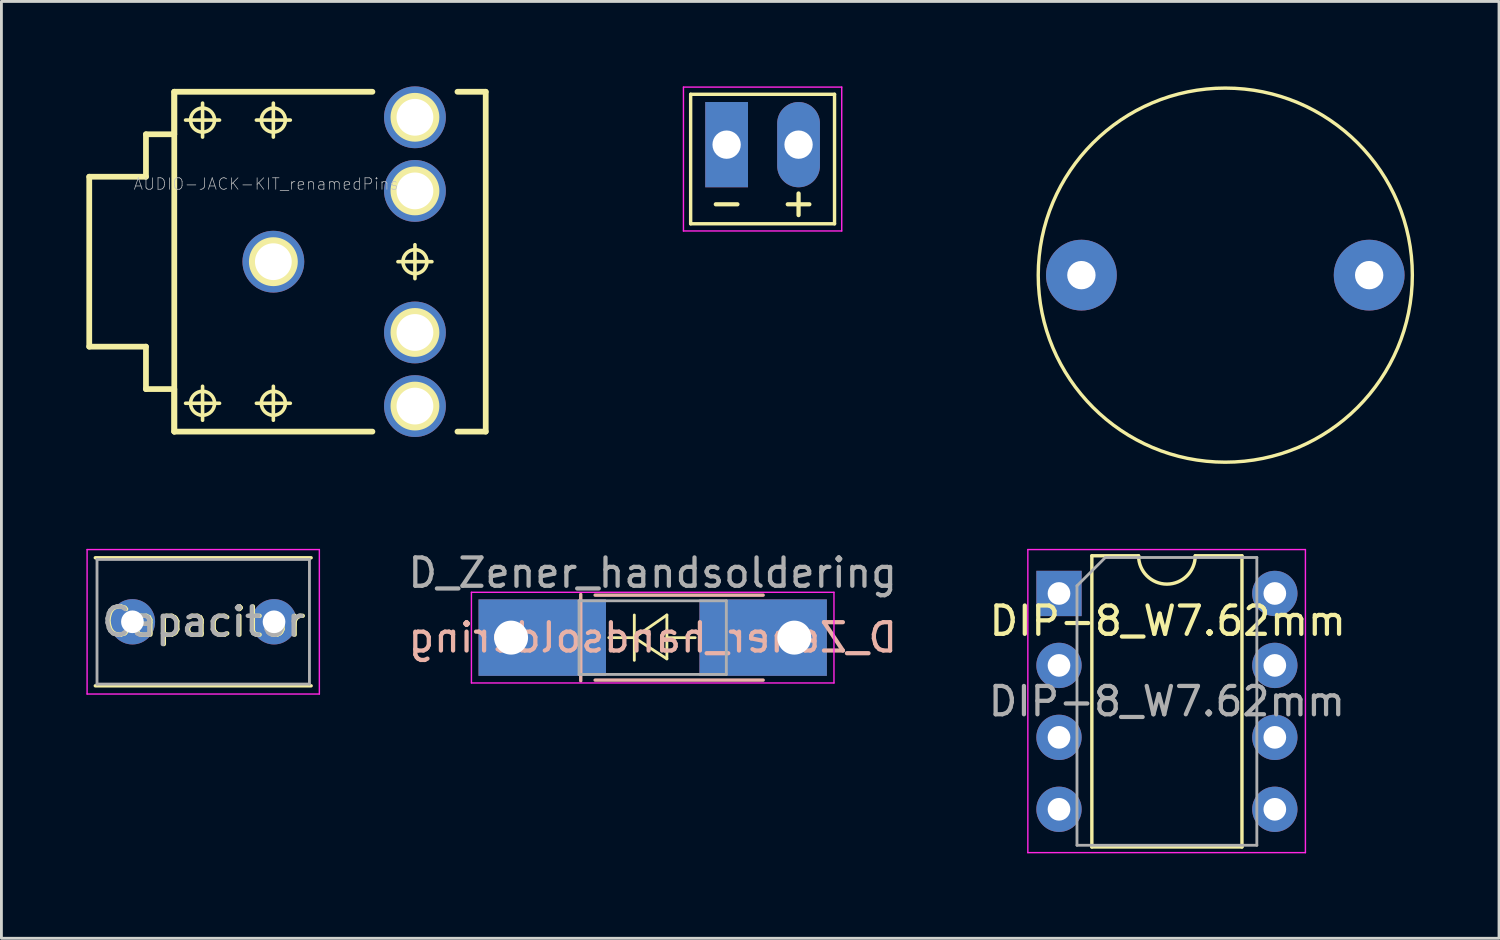
<source format=kicad_pcb>
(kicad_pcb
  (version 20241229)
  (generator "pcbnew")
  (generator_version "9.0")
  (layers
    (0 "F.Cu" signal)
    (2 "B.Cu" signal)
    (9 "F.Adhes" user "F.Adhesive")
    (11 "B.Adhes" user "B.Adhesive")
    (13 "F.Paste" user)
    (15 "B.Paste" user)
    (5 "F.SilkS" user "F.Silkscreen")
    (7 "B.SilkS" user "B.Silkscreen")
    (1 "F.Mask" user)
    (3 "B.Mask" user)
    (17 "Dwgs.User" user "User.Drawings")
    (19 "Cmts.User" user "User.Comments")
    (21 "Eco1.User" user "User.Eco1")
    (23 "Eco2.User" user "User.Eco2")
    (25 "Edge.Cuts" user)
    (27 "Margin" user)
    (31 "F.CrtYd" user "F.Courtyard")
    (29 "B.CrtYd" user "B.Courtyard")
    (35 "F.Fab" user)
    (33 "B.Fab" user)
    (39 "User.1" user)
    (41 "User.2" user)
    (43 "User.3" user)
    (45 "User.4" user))
  (footprint "Capacitor"
    (layer "F.Cu")
    (at 1.625 18.903)
    (property "Reference" "Capacitor" (at 2.54 0 0) (layer "F.SilkS") (effects (font (size 1 1) (thickness 0.15))))
    (attr through_hole)
    (fp_line (start -1.31 -2.26) (end 6.31 -2.26) (stroke (width 0.12) (type solid)) (layer "F.SilkS"))
    (fp_line (start -1.31 2.26) (end 6.31 2.26) (stroke (width 0.12) (type solid)) (layer "F.SilkS"))
    (fp_line (start -1.6 -2.55) (end -1.6 2.55) (stroke (width 0.05) (type solid)) (layer "F.CrtYd"))
    (fp_line (start -1.6 2.55) (end 6.6 2.55) (stroke (width 0.05) (type solid)) (layer "F.CrtYd"))
    (fp_line (start 6.6 -2.55) (end -1.6 -2.55) (stroke (width 0.05) (type solid)) (layer "F.CrtYd"))
    (fp_line (start 6.6 2.55) (end 6.6 -2.55) (stroke (width 0.05) (type solid)) (layer "F.CrtYd"))
    (fp_line (start -1.25 -2.2) (end -1.25 2.2) (stroke (width 0.1) (type solid)) (layer "F.Fab"))
    (fp_line (start -1.25 2.2) (end 6.25 2.2) (stroke (width 0.1) (type solid)) (layer "F.Fab"))
    (fp_line (start 6.25 -2.2) (end -1.25 -2.2) (stroke (width 0.1) (type solid)) (layer "F.Fab"))
    (fp_line (start 6.25 2.2) (end 6.25 -2.2) (stroke (width 0.1) (type solid)) (layer "F.Fab"))
    (fp_text user "${REFERENCE}" (at 2.5 0 0) (layer "F.Fab") (effects (font (size 1 1) (thickness 0.15))))
    (pad "1" thru_hole circle (at 0 0) (size 1.6 1.6) (drill 0.8) (layers "*.Cu" "*.Mask"))
    (pad "2" thru_hole circle (at 5 0) (size 1.6 1.6) (drill 0.8) (layers "*.Cu" "*.Mask")))
  (footprint "Bat_connector+-"
    (layer "F.Cu")
    (at 22.604 2.057)
    (property "Reference" "Bat_connector+-" (at 1.27 -1.016 0) (layer "Eco2.User") (effects (font (size 1 1) (thickness 0.15))))
    (attr through_hole)
    (fp_line (start -1.27 -1.778) (end -1.27 2.794) (stroke (width 0.12) (type solid)) (layer "F.SilkS"))
    (fp_line (start -1.27 -1.778) (end 3.81 -1.778) (stroke (width 0.12) (type solid)) (layer "F.SilkS"))
    (fp_line (start 3.81 -1.778) (end 3.81 2.794) (stroke (width 0.12) (type solid)) (layer "F.SilkS"))
    (fp_line (start 3.81 2.794) (end -1.27 2.794) (stroke (width 0.12) (type solid)) (layer "F.SilkS"))
    (fp_line (start -1.524 -2.032) (end -1.524 3.048) (stroke (width 0.05) (type solid)) (layer "F.CrtYd"))
    (fp_line (start -1.524 -2.032) (end 4.064 -2.032) (stroke (width 0.05) (type solid)) (layer "F.CrtYd"))
    (fp_line (start 4.064 3.048) (end -1.524 3.048) (stroke (width 0.05) (type solid)) (layer "F.CrtYd"))
    (fp_line (start 4.064 3.048) (end 4.064 -2.032) (stroke (width 0.05) (type solid)) (layer "F.CrtYd"))
    (fp_text user "+" (at 2.54 2.032 0) (layer "F.SilkS") (effects (font (size 1 1) (thickness 0.15))))
    (fp_text user "-" (at 0 2.032 0) (layer "F.SilkS") (effects (font (size 1 1) (thickness 0.15))))
    (pad "1" thru_hole oval (at 2.54 0) (size 1.51 3.01) (drill 1) (layers "*.Cu" "*.Mask"))
    (pad "2" thru_hole rect (at 0 0) (size 1.51 3.01) (drill 1) (layers "*.Cu" "*.Mask")))
  (footprint "AUDIO-JACK-KIT_renamedPins"
    (layer "F.Cu")
    (at 6.601 6.189)
    (property "Reference" "AUDIO-JACK-KIT_renamedPins" (at -0.254 -2.743 0) (layer "Dwgs.User") (effects (font (size 0.406 0.406) (thickness 0.025))))
    (attr exclude_from_pos_files exclude_from_bom)
    (fp_line (start -6.5 -3) (end -6.5 3) (stroke (width 0.203) (type solid)) (layer "F.SilkS"))
    (fp_line (start -6.5 -3) (end -4.498 -3) (stroke (width 0.203) (type solid)) (layer "F.SilkS"))
    (fp_line (start -6.5 3) (end -4.498 3) (stroke (width 0.203) (type solid)) (layer "F.SilkS"))
    (fp_line (start -4.498 -4.498) (end -4.498 -3) (stroke (width 0.203) (type solid)) (layer "F.SilkS"))
    (fp_line (start -4.498 -4.498) (end -3.498 -4.498) (stroke (width 0.203) (type solid)) (layer "F.SilkS"))
    (fp_line (start -4.498 3) (end -4.498 4.498) (stroke (width 0.203) (type solid)) (layer "F.SilkS"))
    (fp_line (start -4.498 4.498) (end -3.498 4.498) (stroke (width 0.203) (type solid)) (layer "F.SilkS"))
    (fp_line (start -3.498 -5.999) (end -3.498 -4.498) (stroke (width 0.203) (type solid)) (layer "F.SilkS"))
    (fp_line (start -3.498 -5.999) (end -3.498 5.999) (stroke (width 0.203) (type solid)) (layer "F.SilkS"))
    (fp_line (start -3.498 -5.999) (end 3.498 -5.999) (stroke (width 0.203) (type solid)) (layer "F.SilkS"))
    (fp_line (start -3.498 4.498) (end -3.498 5.999) (stroke (width 0.203) (type solid)) (layer "F.SilkS"))
    (fp_line (start -3.498 5.999) (end 3.498 5.999) (stroke (width 0.203) (type solid)) (layer "F.SilkS"))
    (fp_line (start -3.099 -4.999) (end -1.9 -4.999) (stroke (width 0.127) (type solid)) (layer "F.SilkS"))
    (fp_line (start -3.099 4.999) (end -1.9 4.999) (stroke (width 0.127) (type solid)) (layer "F.SilkS"))
    (fp_line (start -2.499 -4.399) (end -2.499 -5.598) (stroke (width 0.127) (type solid)) (layer "F.SilkS"))
    (fp_line (start -2.499 5.598) (end -2.499 4.399) (stroke (width 0.127) (type solid)) (layer "F.SilkS"))
    (fp_line (start -0.599 -4.999) (end 0.599 -4.999) (stroke (width 0.127) (type solid)) (layer "F.SilkS"))
    (fp_line (start -0.599 4.999) (end 0.599 4.999) (stroke (width 0.127) (type solid)) (layer "F.SilkS"))
    (fp_line (start 0 -4.399) (end 0 -5.598) (stroke (width 0.127) (type solid)) (layer "F.SilkS"))
    (fp_line (start 0 5.598) (end 0 4.399) (stroke (width 0.127) (type solid)) (layer "F.SilkS"))
    (fp_line (start 4.399 0) (end 5.598 0) (stroke (width 0.127) (type solid)) (layer "F.SilkS"))
    (fp_line (start 4.999 0.599) (end 4.999 -0.599) (stroke (width 0.127) (type solid)) (layer "F.SilkS"))
    (fp_line (start 7.498 -5.999) (end 6.5 -5.999) (stroke (width 0.203) (type solid)) (layer "F.SilkS"))
    (fp_line (start 7.498 -5.999) (end 7.498 5.999) (stroke (width 0.203) (type solid)) (layer "F.SilkS"))
    (fp_line (start 7.498 5.999) (end 6.5 5.999) (stroke (width 0.203) (type solid)) (layer "F.SilkS"))
    (fp_circle (center -2.499 -4.999) (end -2.799 -5.298) (stroke (width 0.127) (type solid)) (fill no) (layer "F.SilkS"))
    (fp_circle (center -2.499 4.999) (end -2.799 5.298) (stroke (width 0.127) (type solid)) (fill no) (layer "F.SilkS"))
    (fp_circle (center 0 -4.999) (end -0.3 -5.298) (stroke (width 0.127) (type solid)) (fill no) (layer "F.SilkS"))
    (fp_circle (center 0 0) (end -0.61 0.61) (stroke (width 0) (type solid)) (fill yes) (layer "F.SilkS"))
    (fp_circle (center 0 0) (end -0.33 0.33) (stroke (width 0) (type solid)) (fill yes) (layer "F.SilkS"))
    (fp_circle (center 0 4.999) (end -0.3 5.298) (stroke (width 0.127) (type solid)) (fill no) (layer "F.SilkS"))
    (fp_circle (center 4.999 -5.098) (end 5.329 -5.428) (stroke (width 0) (type solid)) (fill yes) (layer "F.SilkS"))
    (fp_circle (center 4.999 -5.098) (end 5.608 -5.707) (stroke (width 0) (type solid)) (fill yes) (layer "F.SilkS"))
    (fp_circle (center 4.999 -2.499) (end 5.329 -2.83) (stroke (width 0) (type solid)) (fill yes) (layer "F.SilkS"))
    (fp_circle (center 4.999 -2.499) (end 5.608 -3.109) (stroke (width 0) (type solid)) (fill yes) (layer "F.SilkS"))
    (fp_circle (center 4.999 0) (end 5.298 0.3) (stroke (width 0.127) (type solid)) (fill no) (layer "F.SilkS"))
    (fp_circle (center 4.999 2.499) (end 5.329 2.83) (stroke (width 0) (type solid)) (fill yes) (layer "F.SilkS"))
    (fp_circle (center 4.999 2.499) (end 5.608 3.109) (stroke (width 0) (type solid)) (fill yes) (layer "F.SilkS"))
    (fp_circle (center 4.999 5.098) (end 5.329 5.428) (stroke (width 0) (type solid)) (fill yes) (layer "F.SilkS"))
    (fp_circle (center 4.999 5.098) (end 5.608 5.707) (stroke (width 0) (type solid)) (fill yes) (layer "F.SilkS"))
    (pad "1" thru_hole circle (at 0 0) (size 2.182 2.182) (drill 1.298) (layers "*.Cu" "*.Mask"))
    (pad "2" thru_hole circle (at 4.999 5.098) (size 2.182 2.182) (drill 1.298) (layers "*.Cu" "*.Mask"))
    (pad "3" thru_hole circle (at 4.999 -5.098) (size 2.182 2.182) (drill 1.298) (layers "*.Cu" "*.Mask"))
    (pad "5" thru_hole circle (at 4.999 2.499) (size 2.182 2.182) (drill 1.298) (layers "*.Cu" "*.Mask"))
    (pad "6" thru_hole circle (at 4.999 -2.499) (size 2.182 2.182) (drill 1.298) (layers "*.Cu" "*.Mask")))
  (footprint "BUZZER"
    (layer "F.Cu")
    (at 40.21 6.664)
    (property "Reference" "BUZZER" (at 0.249 -1.75 0) (layer "Eco2.User") (effects (font (size 1 1) (thickness 0.15))))
    (attr through_hole)
    (fp_circle (center 0 0) (end 6.604 0) (stroke (width 0.12) (type solid)) (fill no) (layer "F.SilkS"))
    (pad "1" thru_hole circle (at -5.08 0) (size 2.499 2.499) (drill 1.001) (layers "*.Cu" "*.Mask"))
    (pad "2" thru_hole circle (at 5.08 0) (size 2.499 2.499) (drill 1.001) (layers "*.Cu" "*.Mask")))
  (footprint "DIP-8_W7.62mm"
    (layer "F.Cu")
    (at 34.339 17.903)
    (property "Reference" "DIP-8_W7.62mm" (at 3.84 0.97 0) (layer "F.SilkS") (effects (font (size 1 1) (thickness 0.15))))
    (attr through_hole)
    (fp_line (start 1.16 -1.33) (end 1.16 8.95) (stroke (width 0.12) (type solid)) (layer "F.SilkS"))
    (fp_line (start 1.16 8.95) (end 6.46 8.95) (stroke (width 0.12) (type solid)) (layer "F.SilkS"))
    (fp_line (start 2.81 -1.33) (end 1.16 -1.33) (stroke (width 0.12) (type solid)) (layer "F.SilkS"))
    (fp_line (start 6.46 -1.33) (end 4.81 -1.33) (stroke (width 0.12) (type solid)) (layer "F.SilkS"))
    (fp_line (start 6.46 8.95) (end 6.46 -1.33) (stroke (width 0.12) (type solid)) (layer "F.SilkS"))
    (fp_arc (start 4.81 -1.33) (mid 3.81 -0.33) (end 2.81 -1.33) (stroke (width 0.12) (type solid)) (layer "F.SilkS"))
    (fp_line (start -1.1 -1.55) (end -1.1 9.15) (stroke (width 0.05) (type solid)) (layer "F.CrtYd"))
    (fp_line (start -1.1 9.15) (end 8.7 9.15) (stroke (width 0.05) (type solid)) (layer "F.CrtYd"))
    (fp_line (start 8.7 -1.55) (end -1.1 -1.55) (stroke (width 0.05) (type solid)) (layer "F.CrtYd"))
    (fp_line (start 8.7 9.15) (end 8.7 -1.55) (stroke (width 0.05) (type solid)) (layer "F.CrtYd"))
    (fp_line (start 0.635 -0.27) (end 1.635 -1.27) (stroke (width 0.1) (type solid)) (layer "F.Fab"))
    (fp_line (start 0.635 8.89) (end 0.635 -0.27) (stroke (width 0.1) (type solid)) (layer "F.Fab"))
    (fp_line (start 1.635 -1.27) (end 6.985 -1.27) (stroke (width 0.1) (type solid)) (layer "F.Fab"))
    (fp_line (start 6.985 -1.27) (end 6.985 8.89) (stroke (width 0.1) (type solid)) (layer "F.Fab"))
    (fp_line (start 6.985 8.89) (end 0.635 8.89) (stroke (width 0.1) (type solid)) (layer "F.Fab"))
    (fp_text user "${REFERENCE}" (at 3.81 3.81 0) (layer "F.Fab") (effects (font (size 1 1) (thickness 0.15))))
    (pad "1" thru_hole rect (at 0 0) (size 1.6 1.6) (drill 0.8) (layers "*.Cu" "*.Mask"))
    (pad "2" thru_hole oval (at 0 2.54) (size 1.6 1.6) (drill 0.8) (layers "*.Cu" "*.Mask"))
    (pad "3" thru_hole oval (at 0 5.08) (size 1.6 1.6) (drill 0.8) (layers "*.Cu" "*.Mask"))
    (pad "4" thru_hole oval (at 0 7.62) (size 1.6 1.6) (drill 0.8) (layers "*.Cu" "*.Mask"))
    (pad "5" thru_hole oval (at 7.62 7.62) (size 1.6 1.6) (drill 0.8) (layers "*.Cu" "*.Mask"))
    (pad "6" thru_hole oval (at 7.62 5.08) (size 1.6 1.6) (drill 0.8) (layers "*.Cu" "*.Mask"))
    (pad "7" thru_hole oval (at 7.62 2.54) (size 1.6 1.6) (drill 0.8) (layers "*.Cu" "*.Mask"))
    (pad "8" thru_hole oval (at 7.62 0) (size 1.6 1.6) (drill 0.8) (layers "*.Cu" "*.Mask")))
  (footprint "D_Zener_handsoldering"
    (layer "F.Cu")
    (at 19.994 19.462)
    (property "Reference" "D_Zener_handsoldering" (at 0 0 0) (layer "B.SilkS") (effects (font (size 1 1) (thickness 0.15)) (justify mirror)))
    (attr through_hole)
    (fp_line (start -0.649 -0.799) (end -0.649 0.801) (stroke (width 0.1) (type solid)) (layer "F.SilkS"))
    (fp_line (start -0.649 0.001) (end -1.551 0.001) (stroke (width 0.1) (type solid)) (layer "F.SilkS"))
    (fp_line (start -0.649 0.001) (end 0.501 -0.799) (stroke (width 0.1) (type solid)) (layer "F.SilkS"))
    (fp_line (start -0.649 0.001) (end 0.501 0.75) (stroke (width 0.1) (type solid)) (layer "F.SilkS"))
    (fp_line (start 0.501 0.001) (end 1.499 0.001) (stroke (width 0.1) (type solid)) (layer "F.SilkS"))
    (fp_line (start 0.501 0.75) (end 0.501 -0.799) (stroke (width 0.1) (type solid)) (layer "F.SilkS"))
    (fp_line (start -2.54 -1.524) (end -2.54 1.524) (stroke (width 0.12) (type solid)) (layer "B.SilkS"))
    (fp_line (start -2.032 1.5) (end 3.9 1.5) (stroke (width 0.12) (type solid)) (layer "B.SilkS"))
    (fp_line (start 3.9 -1.5) (end -2.032 -1.5) (stroke (width 0.12) (type solid)) (layer "B.SilkS"))
    (fp_line (start -6.4 -1.6) (end 6.4 -1.6) (stroke (width 0.05) (type solid)) (layer "F.CrtYd"))
    (fp_line (start -6.4 1.6) (end -6.4 -1.6) (stroke (width 0.05) (type solid)) (layer "F.CrtYd"))
    (fp_line (start 6.4 -1.6) (end 6.4 1.6) (stroke (width 0.05) (type solid)) (layer "F.CrtYd"))
    (fp_line (start 6.4 1.6) (end -6.4 1.6) (stroke (width 0.05) (type solid)) (layer "F.CrtYd"))
    (fp_line (start -2.6 -1.3) (end -2.6 1.3) (stroke (width 0.1) (type solid)) (layer "F.Fab"))
    (fp_line (start -2.6 1.3) (end 2.6 1.3) (stroke (width 0.1) (type solid)) (layer "F.Fab"))
    (fp_line (start 2.6 -1.3) (end -2.6 -1.3) (stroke (width 0.1) (type solid)) (layer "F.Fab"))
    (fp_line (start 2.6 1.3) (end 2.6 -1.3) (stroke (width 0.1) (type solid)) (layer "F.Fab"))
    (fp_text user "${REFERENCE}" (at 0 -2.286 0) (layer "F.Fab") (effects (font (size 1 1) (thickness 0.15))))
    (pad "1" thru_hole rect (at -5 0) (size 4.5 2.7) (drill 1.199 (offset 1.1 0)) (layers "F.Cu" "F.Mask"))
    (pad "2" thru_hole rect (at 5 0 180) (size 4.5 2.7) (drill 1.199 (offset 1.1 0)) (layers "F.Cu" "F.Mask")))
  (gr_rect
    (start -3 -3)
    (end 49.874 30.078)
    (stroke (width 0.1) (type default))
    (fill no)
    (layer "Edge.Cuts")))
</source>
